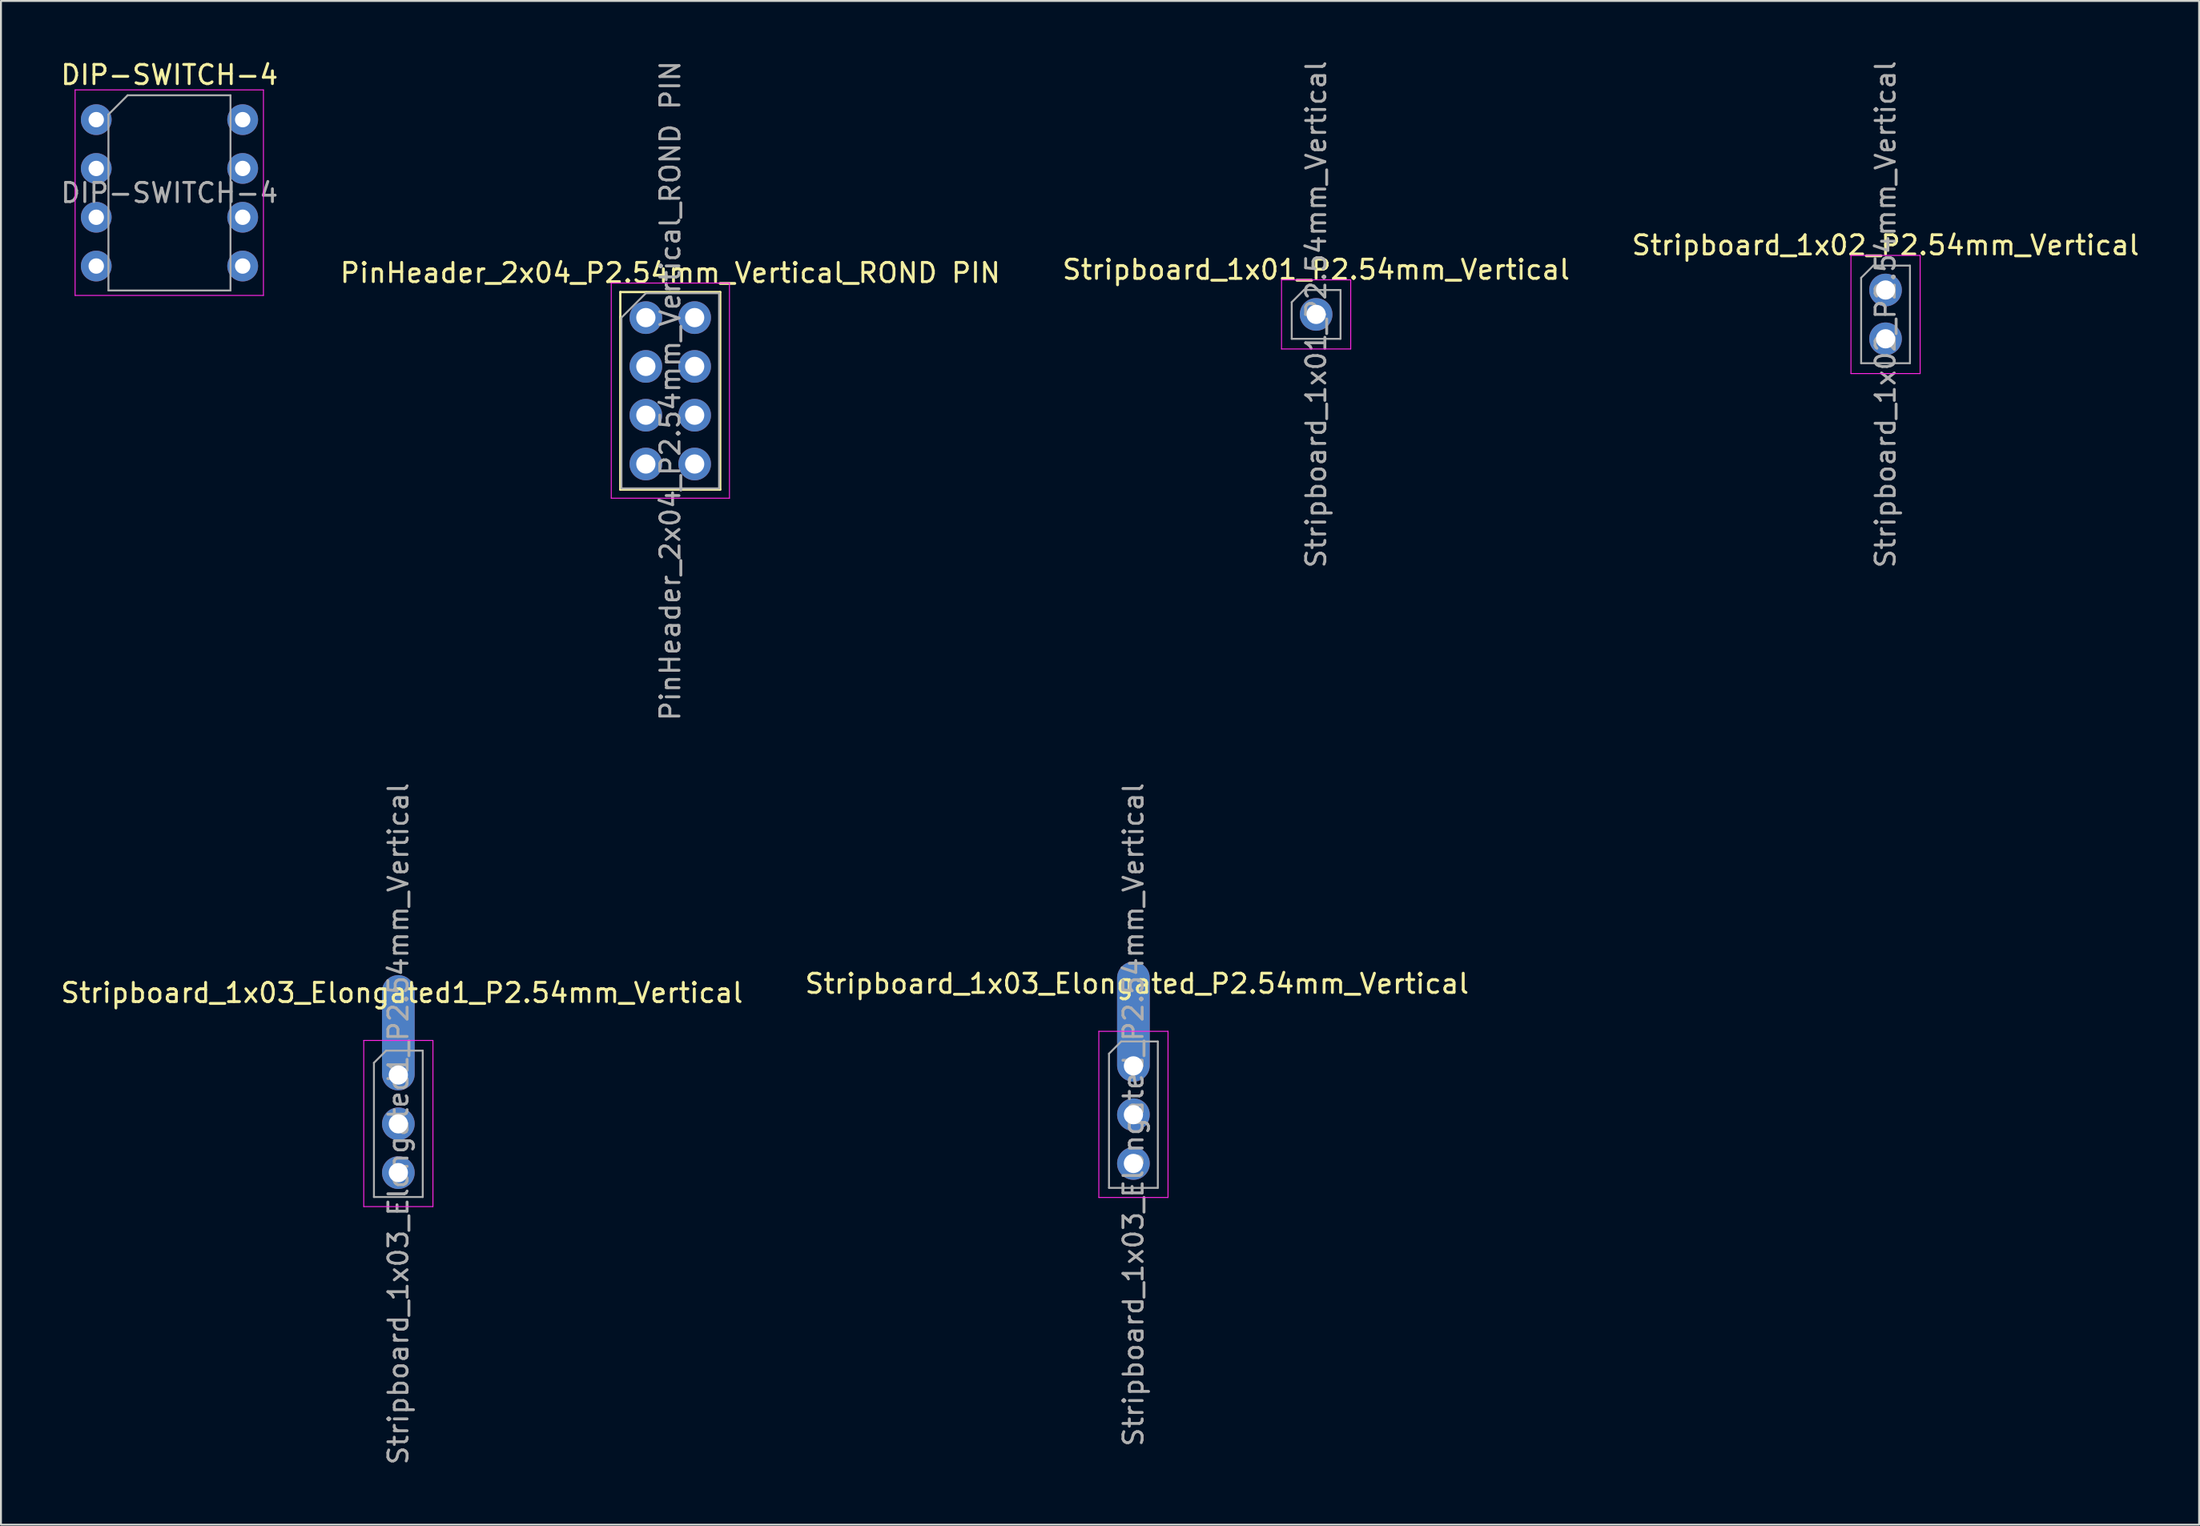
<source format=kicad_pcb>
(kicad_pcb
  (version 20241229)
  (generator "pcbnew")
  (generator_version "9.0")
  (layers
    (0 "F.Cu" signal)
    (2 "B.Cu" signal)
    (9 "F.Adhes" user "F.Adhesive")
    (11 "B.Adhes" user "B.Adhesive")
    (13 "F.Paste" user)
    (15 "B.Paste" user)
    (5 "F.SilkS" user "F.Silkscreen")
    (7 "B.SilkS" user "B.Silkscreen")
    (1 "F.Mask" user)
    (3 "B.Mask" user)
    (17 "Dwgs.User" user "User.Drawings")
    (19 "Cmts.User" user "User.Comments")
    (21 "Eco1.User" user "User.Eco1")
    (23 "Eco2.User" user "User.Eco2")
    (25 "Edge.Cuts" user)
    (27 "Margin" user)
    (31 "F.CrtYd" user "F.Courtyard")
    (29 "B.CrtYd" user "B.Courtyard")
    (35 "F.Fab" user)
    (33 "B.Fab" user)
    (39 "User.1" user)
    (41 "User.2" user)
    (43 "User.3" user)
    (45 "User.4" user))
  (footprint "Stripboard_1x03_Elongated_P2.54mm_Vertical"
    (layer "F.Cu")
    (at 55.928 52.43)
    (property "Reference" "Stripboard_1x03_Elongated_P2.54mm_Vertical" (at 0.185 -4.278 0) (layer "F.SilkS") (effects (font (size 1 1) (thickness 0.15))))
    (attr through_hole)
    (fp_line (start -1.8 -1.8) (end -1.8 6.85) (stroke (width 0.05) (type solid)) (layer "F.CrtYd"))
    (fp_line (start -1.8 6.85) (end 1.8 6.85) (stroke (width 0.05) (type solid)) (layer "F.CrtYd"))
    (fp_line (start 1.8 -1.8) (end -1.8 -1.8) (stroke (width 0.05) (type solid)) (layer "F.CrtYd"))
    (fp_line (start 1.8 6.85) (end 1.8 -1.8) (stroke (width 0.05) (type solid)) (layer "F.CrtYd"))
    (fp_line (start -1.27 -0.635) (end -0.635 -1.27) (stroke (width 0.1) (type solid)) (layer "F.Fab"))
    (fp_line (start -1.27 6.35) (end -1.27 -0.635) (stroke (width 0.1) (type solid)) (layer "F.Fab"))
    (fp_line (start -0.635 -1.27) (end 1.27 -1.27) (stroke (width 0.1) (type solid)) (layer "F.Fab"))
    (fp_line (start 1.27 -1.27) (end 1.27 6.35) (stroke (width 0.1) (type solid)) (layer "F.Fab"))
    (fp_line (start 1.27 6.35) (end -1.27 6.35) (stroke (width 0.1) (type solid)) (layer "F.Fab"))
    (fp_text user "${REFERENCE}" (at 0 2.54 90) (layer "F.Fab") (effects (font (size 1 1) (thickness 0.15))))
    (pad "1" thru_hole oval (at 0 0) (size 1.7 6.25) (drill 1 (offset 0 -2.3)) (layers "*.Cu" "*.Mask"))
    (pad "2" thru_hole oval (at 0 2.54) (size 1.7 1.7) (drill 1) (layers "*.Cu" "*.Mask"))
    (pad "3" thru_hole oval (at 0 5.08) (size 1.7 1.7) (drill 1) (layers "*.Cu" "*.Mask")))
  (footprint "Stripboard_1x03_Elongated1_P2.54mm_Vertical"
    (layer "F.Cu")
    (at 17.678 52.906)
    (property "Reference" "Stripboard_1x03_Elongated1_P2.54mm_Vertical" (at 0.185 -4.278 0) (layer "F.SilkS") (effects (font (size 1 1) (thickness 0.15))))
    (attr through_hole)
    (fp_line (start -1.8 -1.8) (end -1.8 6.85) (stroke (width 0.05) (type solid)) (layer "F.CrtYd"))
    (fp_line (start -1.8 6.85) (end 1.8 6.85) (stroke (width 0.05) (type solid)) (layer "F.CrtYd"))
    (fp_line (start 1.8 -1.8) (end -1.8 -1.8) (stroke (width 0.05) (type solid)) (layer "F.CrtYd"))
    (fp_line (start 1.8 6.85) (end 1.8 -1.8) (stroke (width 0.05) (type solid)) (layer "F.CrtYd"))
    (fp_line (start -1.27 -0.635) (end -0.635 -1.27) (stroke (width 0.1) (type solid)) (layer "F.Fab"))
    (fp_line (start -1.27 6.35) (end -1.27 -0.635) (stroke (width 0.1) (type solid)) (layer "F.Fab"))
    (fp_line (start -0.635 -1.27) (end 1.27 -1.27) (stroke (width 0.1) (type solid)) (layer "F.Fab"))
    (fp_line (start 1.27 -1.27) (end 1.27 6.35) (stroke (width 0.1) (type solid)) (layer "F.Fab"))
    (fp_line (start 1.27 6.35) (end -1.27 6.35) (stroke (width 0.1) (type solid)) (layer "F.Fab"))
    (fp_text user "${REFERENCE}" (at 0 2.54 90) (layer "F.Fab") (effects (font (size 1 1) (thickness 0.15))))
    (pad "1" thru_hole oval (at 0 0) (size 1.7 6) (drill 1 (offset 0 -2.2)) (layers "*.Cu" "*.Mask"))
    (pad "2" thru_hole oval (at 0 2.54) (size 1.7 1.7) (drill 1) (layers "*.Cu" "*.Mask"))
    (pad "3" thru_hole oval (at 0 5.08) (size 1.7 1.7) (drill 1) (layers "*.Cu" "*.Mask")))
  (footprint "Stripboard_1x01_P2.54mm_Vertical"
    (layer "F.Cu")
    (at 65.435 13.315)
    (property "Reference" "Stripboard_1x01_P2.54mm_Vertical" (at 0 -2.33 0) (layer "F.SilkS") (effects (font (size 1 1) (thickness 0.15))))
    (attr through_hole)
    (fp_line (start -1.8 -1.8) (end -1.8 1.8) (stroke (width 0.05) (type solid)) (layer "F.CrtYd"))
    (fp_line (start -1.8 1.8) (end 1.8 1.8) (stroke (width 0.05) (type solid)) (layer "F.CrtYd"))
    (fp_line (start 1.8 -1.8) (end -1.8 -1.8) (stroke (width 0.05) (type solid)) (layer "F.CrtYd"))
    (fp_line (start 1.8 1.8) (end 1.8 -1.8) (stroke (width 0.05) (type solid)) (layer "F.CrtYd"))
    (fp_line (start -1.27 -0.635) (end -0.635 -1.27) (stroke (width 0.1) (type solid)) (layer "F.Fab"))
    (fp_line (start -1.27 1.27) (end -1.27 -0.635) (stroke (width 0.1) (type solid)) (layer "F.Fab"))
    (fp_line (start -0.635 -1.27) (end 1.27 -1.27) (stroke (width 0.1) (type solid)) (layer "F.Fab"))
    (fp_line (start 1.27 -1.27) (end 1.27 1.27) (stroke (width 0.1) (type solid)) (layer "F.Fab"))
    (fp_line (start 1.27 1.27) (end -1.27 1.27) (stroke (width 0.1) (type solid)) (layer "F.Fab"))
    (fp_text user "${REFERENCE}" (at 0 0 90) (layer "F.Fab") (effects (font (size 1 1) (thickness 0.15))))
    (pad "1" thru_hole circle (at 0 0) (size 1.7 1.7) (drill 1) (layers "*.Cu" "*.Mask")))
  (footprint "DIP-SWITCH-4"
    (layer "F.Cu")
    (at 1.958 3.178)
    (property "Reference" "DIP-SWITCH-4" (at 3.81 -2.33 0) (layer "F.SilkS") (effects (font (size 1 1) (thickness 0.15))))
    (attr through_hole)
    (fp_line (start -1.1 -1.55) (end -1.1 9.15) (stroke (width 0.05) (type solid)) (layer "F.CrtYd"))
    (fp_line (start -1.1 9.15) (end 8.7 9.15) (stroke (width 0.05) (type solid)) (layer "F.CrtYd"))
    (fp_line (start 8.7 -1.55) (end -1.1 -1.55) (stroke (width 0.05) (type solid)) (layer "F.CrtYd"))
    (fp_line (start 8.7 9.15) (end 8.7 -1.55) (stroke (width 0.05) (type solid)) (layer "F.CrtYd"))
    (fp_line (start 0.635 -0.27) (end 1.635 -1.27) (stroke (width 0.1) (type solid)) (layer "F.Fab"))
    (fp_line (start 0.635 8.89) (end 0.635 -0.27) (stroke (width 0.1) (type solid)) (layer "F.Fab"))
    (fp_line (start 1.635 -1.27) (end 6.985 -1.27) (stroke (width 0.1) (type solid)) (layer "F.Fab"))
    (fp_line (start 6.985 -1.27) (end 6.985 8.89) (stroke (width 0.1) (type solid)) (layer "F.Fab"))
    (fp_line (start 6.985 8.89) (end 0.635 8.89) (stroke (width 0.1) (type solid)) (layer "F.Fab"))
    (fp_text user "${REFERENCE}" (at 3.81 3.81 0) (layer "F.Fab") (effects (font (size 1 1) (thickness 0.15))))
    (pad "1" thru_hole circle (at 0 0) (size 1.6 1.6) (drill 0.8) (layers "*.Cu" "*.Mask"))
    (pad "2" thru_hole oval (at 0 2.54) (size 1.6 1.6) (drill 0.8) (layers "*.Cu" "*.Mask"))
    (pad "3" thru_hole oval (at 0 5.08) (size 1.6 1.6) (drill 0.8) (layers "*.Cu" "*.Mask"))
    (pad "4" thru_hole oval (at 0 7.62) (size 1.6 1.6) (drill 0.8) (layers "*.Cu" "*.Mask"))
    (pad "5" thru_hole oval (at 7.62 7.62) (size 1.6 1.6) (drill 0.8) (layers "*.Cu" "*.Mask"))
    (pad "6" thru_hole oval (at 7.62 5.08) (size 1.6 1.6) (drill 0.8) (layers "*.Cu" "*.Mask"))
    (pad "7" thru_hole oval (at 7.62 2.54) (size 1.6 1.6) (drill 0.8) (layers "*.Cu" "*.Mask"))
    (pad "8" thru_hole oval (at 7.62 0) (size 1.6 1.6) (drill 0.8) (layers "*.Cu" "*.Mask")))
  (footprint "Stripboard_1x02_P2.54mm_Vertical"
    (layer "F.Cu")
    (at 95.065 12.045)
    (property "Reference" "Stripboard_1x02_P2.54mm_Vertical" (at 0 -2.33 0) (layer "F.SilkS") (effects (font (size 1 1) (thickness 0.15))))
    (attr through_hole)
    (fp_line (start -1.8 -1.8) (end -1.8 4.35) (stroke (width 0.05) (type solid)) (layer "F.CrtYd"))
    (fp_line (start -1.8 4.35) (end 1.8 4.35) (stroke (width 0.05) (type solid)) (layer "F.CrtYd"))
    (fp_line (start 1.8 -1.8) (end -1.8 -1.8) (stroke (width 0.05) (type solid)) (layer "F.CrtYd"))
    (fp_line (start 1.8 4.35) (end 1.8 -1.8) (stroke (width 0.05) (type solid)) (layer "F.CrtYd"))
    (fp_line (start -1.27 -0.635) (end -0.635 -1.27) (stroke (width 0.1) (type solid)) (layer "F.Fab"))
    (fp_line (start -1.27 3.81) (end -1.27 -0.635) (stroke (width 0.1) (type solid)) (layer "F.Fab"))
    (fp_line (start -0.635 -1.27) (end 1.27 -1.27) (stroke (width 0.1) (type solid)) (layer "F.Fab"))
    (fp_line (start 1.27 -1.27) (end 1.27 3.81) (stroke (width 0.1) (type solid)) (layer "F.Fab"))
    (fp_line (start 1.27 3.81) (end -1.27 3.81) (stroke (width 0.1) (type solid)) (layer "F.Fab"))
    (fp_text user "${REFERENCE}" (at 0 1.27 90) (layer "F.Fab") (effects (font (size 1 1) (thickness 0.15))))
    (pad "1" thru_hole circle (at 0 0) (size 1.7 1.7) (drill 1) (layers "*.Cu" "*.Mask"))
    (pad "2" thru_hole oval (at 0 2.54) (size 1.7 1.7) (drill 1) (layers "*.Cu" "*.Mask")))
  (footprint "PinHeader_2x04_P2.54mm_Vertical_ROND PIN"
    (layer "F.Cu")
    (at 30.557 13.482)
    (property "Reference" "PinHeader_2x04_P2.54mm_Vertical_ROND PIN" (at 1.27 -2.33 0) (layer "F.SilkS") (effects (font (size 1 1) (thickness 0.15))))
    (attr through_hole)
    (fp_line (start -1.33 -1.33) (end 0 -1.33) (stroke (width 0.12) (type solid)) (layer "F.SilkS"))
    (fp_line (start -1.33 -0.04) (end -1.33 8.95) (stroke (width 0.12) (type solid)) (layer "F.SilkS"))
    (fp_line (start -1.33 0) (end -1.33 -1.33) (stroke (width 0.12) (type solid)) (layer "F.SilkS"))
    (fp_line (start -1.33 8.95) (end 3.87 8.95) (stroke (width 0.12) (type solid)) (layer "F.SilkS"))
    (fp_line (start 0.04 -1.33) (end 3.87 -1.33) (stroke (width 0.12) (type solid)) (layer "F.SilkS"))
    (fp_line (start 3.87 -1.33) (end 3.87 8.95) (stroke (width 0.12) (type solid)) (layer "F.SilkS"))
    (fp_line (start -1.8 -1.8) (end -1.8 9.4) (stroke (width 0.05) (type solid)) (layer "F.CrtYd"))
    (fp_line (start -1.8 9.4) (end 4.35 9.4) (stroke (width 0.05) (type solid)) (layer "F.CrtYd"))
    (fp_line (start 4.35 -1.8) (end -1.8 -1.8) (stroke (width 0.05) (type solid)) (layer "F.CrtYd"))
    (fp_line (start 4.35 9.4) (end 4.35 -1.8) (stroke (width 0.05) (type solid)) (layer "F.CrtYd"))
    (fp_line (start -1.27 0) (end 0 -1.27) (stroke (width 0.1) (type solid)) (layer "F.Fab"))
    (fp_line (start -1.27 8.89) (end -1.27 0) (stroke (width 0.1) (type solid)) (layer "F.Fab"))
    (fp_line (start 0 -1.27) (end 3.81 -1.27) (stroke (width 0.1) (type solid)) (layer "F.Fab"))
    (fp_line (start 3.81 -1.27) (end 3.81 8.89) (stroke (width 0.1) (type solid)) (layer "F.Fab"))
    (fp_line (start 3.81 8.89) (end -1.27 8.89) (stroke (width 0.1) (type solid)) (layer "F.Fab"))
    (fp_text user "${REFERENCE}" (at 1.27 3.81 90) (layer "F.Fab") (effects (font (size 1 1) (thickness 0.15))))
    (pad "1" thru_hole circle (at 0 0) (size 1.7 1.7) (drill 1) (layers "*.Cu" "*.Mask"))
    (pad "2" thru_hole oval (at 2.54 0) (size 1.7 1.7) (drill 1) (layers "*.Cu" "*.Mask"))
    (pad "3" thru_hole oval (at 0 2.54) (size 1.7 1.7) (drill 1) (layers "*.Cu" "*.Mask"))
    (pad "4" thru_hole oval (at 2.54 2.54) (size 1.7 1.7) (drill 1) (layers "*.Cu" "*.Mask"))
    (pad "5" thru_hole oval (at 0 5.08) (size 1.7 1.7) (drill 1) (layers "*.Cu" "*.Mask"))
    (pad "6" thru_hole oval (at 2.54 5.08) (size 1.7 1.7) (drill 1) (layers "*.Cu" "*.Mask"))
    (pad "7" thru_hole oval (at 0 7.62) (size 1.7 1.7) (drill 1) (layers "*.Cu" "*.Mask"))
    (pad "8" thru_hole oval (at 2.54 7.62) (size 1.7 1.7) (drill 1) (layers "*.Cu" "*.Mask")))
  (gr_rect
    (start -3 -3)
    (end 111.381 76.31)
    (stroke (width 0.1) (type default))
    (fill no)
    (layer "Edge.Cuts")))
</source>
